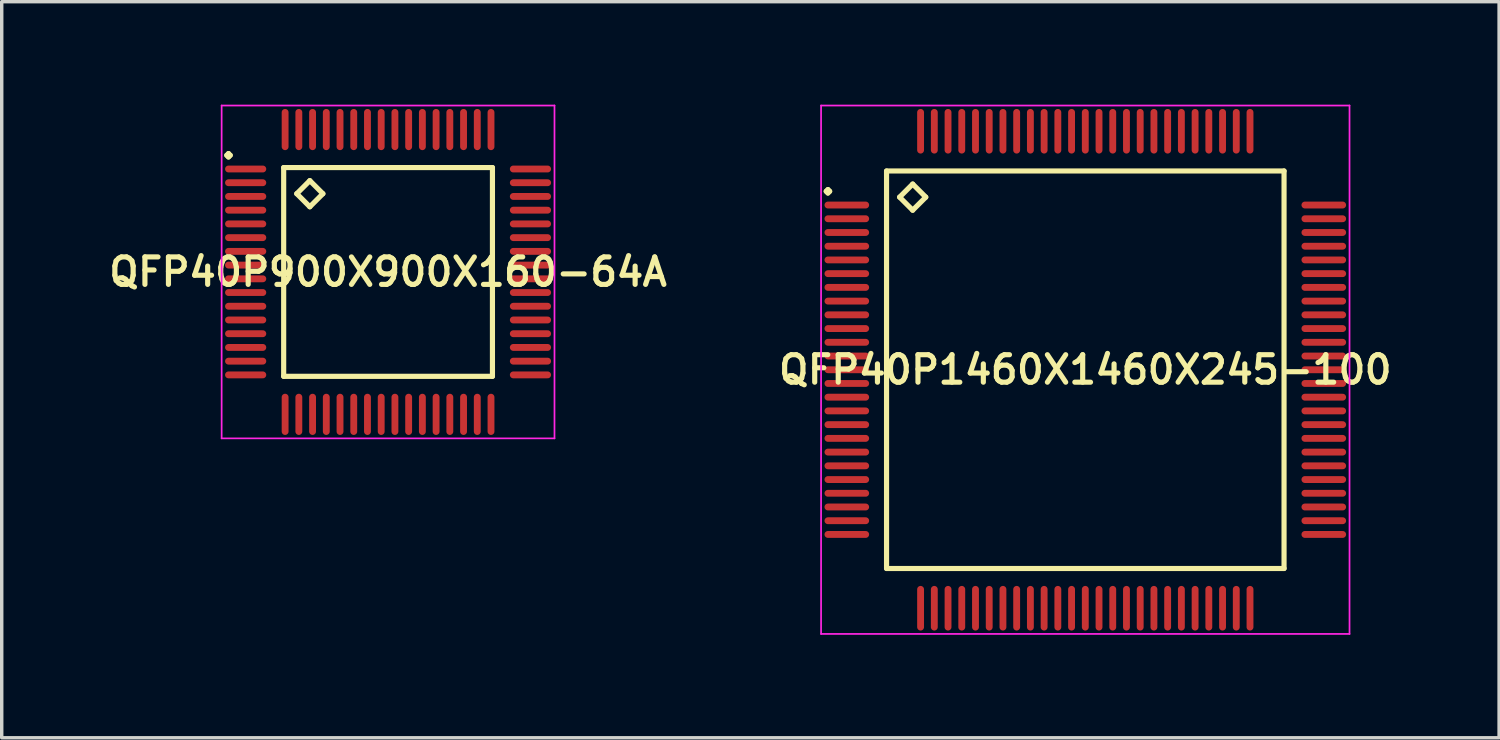
<source format=kicad_pcb>
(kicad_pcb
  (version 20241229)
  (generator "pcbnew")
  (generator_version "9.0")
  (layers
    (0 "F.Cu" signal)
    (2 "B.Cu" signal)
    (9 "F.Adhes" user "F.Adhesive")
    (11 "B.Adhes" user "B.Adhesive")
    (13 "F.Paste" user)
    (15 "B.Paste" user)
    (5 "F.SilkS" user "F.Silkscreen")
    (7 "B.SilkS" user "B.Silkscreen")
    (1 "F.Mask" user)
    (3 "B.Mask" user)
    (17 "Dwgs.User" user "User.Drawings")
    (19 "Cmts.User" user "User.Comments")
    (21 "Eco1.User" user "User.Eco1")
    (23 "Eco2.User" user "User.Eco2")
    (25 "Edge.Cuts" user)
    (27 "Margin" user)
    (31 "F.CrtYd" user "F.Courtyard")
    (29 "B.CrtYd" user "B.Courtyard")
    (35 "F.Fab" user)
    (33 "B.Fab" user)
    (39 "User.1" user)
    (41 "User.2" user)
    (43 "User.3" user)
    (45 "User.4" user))
  (footprint "QFP40P900X900X160-64A"
    (layer "F.Cu")
    (at 8.259 4.875)
    (property "Reference" "QFP40P900X900X160-64A" (at 0 0 0) (layer "F.SilkS") (effects (font (size 0.8 0.8) (thickness 0.15))))
    (attr smd)
    (fp_line (start -4.7 -3.4) (end -4.65 -3.45) (stroke (width 0.15) (type solid)) (layer "F.SilkS"))
    (fp_line (start -4.65 -3.45) (end -4.6 -3.4) (stroke (width 0.15) (type solid)) (layer "F.SilkS"))
    (fp_line (start -4.65 -3.35) (end -4.7 -3.4) (stroke (width 0.15) (type solid)) (layer "F.SilkS"))
    (fp_line (start -4.6 -3.4) (end -4.65 -3.35) (stroke (width 0.15) (type solid)) (layer "F.SilkS"))
    (fp_line (start -3.042 -3.042) (end -3.042 3.042) (stroke (width 0.15) (type solid)) (layer "F.SilkS"))
    (fp_line (start -3.042 3.042) (end 3.042 3.042) (stroke (width 0.15) (type solid)) (layer "F.SilkS"))
    (fp_line (start -2.661 -2.28) (end -2.28 -2.661) (stroke (width 0.15) (type solid)) (layer "F.SilkS"))
    (fp_line (start -2.28 -2.661) (end -1.899 -2.28) (stroke (width 0.15) (type solid)) (layer "F.SilkS"))
    (fp_line (start -2.28 -1.899) (end -2.661 -2.28) (stroke (width 0.15) (type solid)) (layer "F.SilkS"))
    (fp_line (start -1.899 -2.28) (end -2.28 -1.899) (stroke (width 0.15) (type solid)) (layer "F.SilkS"))
    (fp_line (start 3.042 -3.042) (end -3.042 -3.042) (stroke (width 0.15) (type solid)) (layer "F.SilkS"))
    (fp_line (start 3.042 3.042) (end 3.042 -3.042) (stroke (width 0.15) (type solid)) (layer "F.SilkS"))
    (fp_line (start -4.85 -4.85) (end 4.85 -4.85) (stroke (width 0.05) (type solid)) (layer "F.CrtYd"))
    (fp_line (start -4.85 4.85) (end -4.85 -4.85) (stroke (width 0.05) (type solid)) (layer "F.CrtYd"))
    (fp_line (start 4.85 -4.85) (end 4.85 4.85) (stroke (width 0.05) (type solid)) (layer "F.CrtYd"))
    (fp_line (start 4.85 4.85) (end -4.85 4.85) (stroke (width 0.05) (type solid)) (layer "F.CrtYd"))
    (pad "1" smd oval (at -4.15 -3) (size 1.2 0.2) (layers "F.Cu" "F.Mask" "F.Paste"))
    (pad "2" smd oval (at -4.15 -2.6) (size 1.2 0.2) (layers "F.Cu" "F.Mask" "F.Paste"))
    (pad "3" smd oval (at -4.15 -2.2) (size 1.2 0.2) (layers "F.Cu" "F.Mask" "F.Paste"))
    (pad "4" smd oval (at -4.15 -1.8) (size 1.2 0.2) (layers "F.Cu" "F.Mask" "F.Paste"))
    (pad "5" smd oval (at -4.15 -1.4) (size 1.2 0.2) (layers "F.Cu" "F.Mask" "F.Paste"))
    (pad "6" smd oval (at -4.15 -1) (size 1.2 0.2) (layers "F.Cu" "F.Mask" "F.Paste"))
    (pad "7" smd oval (at -4.15 -0.6) (size 1.2 0.2) (layers "F.Cu" "F.Mask" "F.Paste"))
    (pad "8" smd oval (at -4.15 -0.2) (size 1.2 0.2) (layers "F.Cu" "F.Mask" "F.Paste"))
    (pad "9" smd oval (at -4.15 0.2) (size 1.2 0.2) (layers "F.Cu" "F.Mask" "F.Paste"))
    (pad "10" smd oval (at -4.15 0.6) (size 1.2 0.2) (layers "F.Cu" "F.Mask" "F.Paste"))
    (pad "11" smd oval (at -4.15 1) (size 1.2 0.2) (layers "F.Cu" "F.Mask" "F.Paste"))
    (pad "12" smd oval (at -4.15 1.4) (size 1.2 0.2) (layers "F.Cu" "F.Mask" "F.Paste"))
    (pad "13" smd oval (at -4.15 1.8) (size 1.2 0.2) (layers "F.Cu" "F.Mask" "F.Paste"))
    (pad "14" smd oval (at -4.15 2.2) (size 1.2 0.2) (layers "F.Cu" "F.Mask" "F.Paste"))
    (pad "15" smd oval (at -4.15 2.6) (size 1.2 0.2) (layers "F.Cu" "F.Mask" "F.Paste"))
    (pad "16" smd oval (at -4.15 3) (size 1.2 0.2) (layers "F.Cu" "F.Mask" "F.Paste"))
    (pad "17" smd oval (at -3 4.15) (size 0.2 1.2) (layers "F.Cu" "F.Mask" "F.Paste"))
    (pad "18" smd oval (at -2.6 4.15) (size 0.2 1.2) (layers "F.Cu" "F.Mask" "F.Paste"))
    (pad "19" smd oval (at -2.2 4.15) (size 0.2 1.2) (layers "F.Cu" "F.Mask" "F.Paste"))
    (pad "20" smd oval (at -1.8 4.15) (size 0.2 1.2) (layers "F.Cu" "F.Mask" "F.Paste"))
    (pad "21" smd oval (at -1.4 4.15) (size 0.2 1.2) (layers "F.Cu" "F.Mask" "F.Paste"))
    (pad "22" smd oval (at -1 4.15) (size 0.2 1.2) (layers "F.Cu" "F.Mask" "F.Paste"))
    (pad "23" smd oval (at -0.6 4.15) (size 0.2 1.2) (layers "F.Cu" "F.Mask" "F.Paste"))
    (pad "24" smd oval (at -0.2 4.15) (size 0.2 1.2) (layers "F.Cu" "F.Mask" "F.Paste"))
    (pad "25" smd oval (at 0.2 4.15) (size 0.2 1.2) (layers "F.Cu" "F.Mask" "F.Paste"))
    (pad "26" smd oval (at 0.6 4.15) (size 0.2 1.2) (layers "F.Cu" "F.Mask" "F.Paste"))
    (pad "27" smd oval (at 1 4.15) (size 0.2 1.2) (layers "F.Cu" "F.Mask" "F.Paste"))
    (pad "28" smd oval (at 1.4 4.15) (size 0.2 1.2) (layers "F.Cu" "F.Mask" "F.Paste"))
    (pad "29" smd oval (at 1.8 4.15) (size 0.2 1.2) (layers "F.Cu" "F.Mask" "F.Paste"))
    (pad "30" smd oval (at 2.2 4.15) (size 0.2 1.2) (layers "F.Cu" "F.Mask" "F.Paste"))
    (pad "31" smd oval (at 2.6 4.15) (size 0.2 1.2) (layers "F.Cu" "F.Mask" "F.Paste"))
    (pad "32" smd oval (at 3 4.15) (size 0.2 1.2) (layers "F.Cu" "F.Mask" "F.Paste"))
    (pad "33" smd oval (at 4.15 3) (size 1.2 0.2) (layers "F.Cu" "F.Mask" "F.Paste"))
    (pad "34" smd oval (at 4.15 2.6) (size 1.2 0.2) (layers "F.Cu" "F.Mask" "F.Paste"))
    (pad "35" smd oval (at 4.15 2.2) (size 1.2 0.2) (layers "F.Cu" "F.Mask" "F.Paste"))
    (pad "36" smd oval (at 4.15 1.8) (size 1.2 0.2) (layers "F.Cu" "F.Mask" "F.Paste"))
    (pad "37" smd oval (at 4.15 1.4) (size 1.2 0.2) (layers "F.Cu" "F.Mask" "F.Paste"))
    (pad "38" smd oval (at 4.15 1) (size 1.2 0.2) (layers "F.Cu" "F.Mask" "F.Paste"))
    (pad "39" smd oval (at 4.15 0.6) (size 1.2 0.2) (layers "F.Cu" "F.Mask" "F.Paste"))
    (pad "40" smd oval (at 4.15 0.2) (size 1.2 0.2) (layers "F.Cu" "F.Mask" "F.Paste"))
    (pad "41" smd oval (at 4.15 -0.2) (size 1.2 0.2) (layers "F.Cu" "F.Mask" "F.Paste"))
    (pad "42" smd oval (at 4.15 -0.6) (size 1.2 0.2) (layers "F.Cu" "F.Mask" "F.Paste"))
    (pad "43" smd oval (at 4.15 -1) (size 1.2 0.2) (layers "F.Cu" "F.Mask" "F.Paste"))
    (pad "44" smd oval (at 4.15 -1.4) (size 1.2 0.2) (layers "F.Cu" "F.Mask" "F.Paste"))
    (pad "45" smd oval (at 4.15 -1.8) (size 1.2 0.2) (layers "F.Cu" "F.Mask" "F.Paste"))
    (pad "46" smd oval (at 4.15 -2.2) (size 1.2 0.2) (layers "F.Cu" "F.Mask" "F.Paste"))
    (pad "47" smd oval (at 4.15 -2.6) (size 1.2 0.2) (layers "F.Cu" "F.Mask" "F.Paste"))
    (pad "48" smd oval (at 4.15 -3) (size 1.2 0.2) (layers "F.Cu" "F.Mask" "F.Paste"))
    (pad "49" smd oval (at 3 -4.15) (size 0.2 1.2) (layers "F.Cu" "F.Mask" "F.Paste"))
    (pad "50" smd oval (at 2.6 -4.15) (size 0.2 1.2) (layers "F.Cu" "F.Mask" "F.Paste"))
    (pad "51" smd oval (at 2.2 -4.15) (size 0.2 1.2) (layers "F.Cu" "F.Mask" "F.Paste"))
    (pad "52" smd oval (at 1.8 -4.15) (size 0.2 1.2) (layers "F.Cu" "F.Mask" "F.Paste"))
    (pad "53" smd oval (at 1.4 -4.15) (size 0.2 1.2) (layers "F.Cu" "F.Mask" "F.Paste"))
    (pad "54" smd oval (at 1 -4.15) (size 0.2 1.2) (layers "F.Cu" "F.Mask" "F.Paste"))
    (pad "55" smd oval (at 0.6 -4.15) (size 0.2 1.2) (layers "F.Cu" "F.Mask" "F.Paste"))
    (pad "56" smd oval (at 0.2 -4.15) (size 0.2 1.2) (layers "F.Cu" "F.Mask" "F.Paste"))
    (pad "57" smd oval (at -0.2 -4.15) (size 0.2 1.2) (layers "F.Cu" "F.Mask" "F.Paste"))
    (pad "58" smd oval (at -0.6 -4.15) (size 0.2 1.2) (layers "F.Cu" "F.Mask" "F.Paste"))
    (pad "59" smd oval (at -1 -4.15) (size 0.2 1.2) (layers "F.Cu" "F.Mask" "F.Paste"))
    (pad "60" smd oval (at -1.4 -4.15) (size 0.2 1.2) (layers "F.Cu" "F.Mask" "F.Paste"))
    (pad "61" smd oval (at -1.8 -4.15) (size 0.2 1.2) (layers "F.Cu" "F.Mask" "F.Paste"))
    (pad "62" smd oval (at -2.2 -4.15) (size 0.2 1.2) (layers "F.Cu" "F.Mask" "F.Paste"))
    (pad "63" smd oval (at -2.6 -4.15) (size 0.2 1.2) (layers "F.Cu" "F.Mask" "F.Paste"))
    (pad "64" smd oval (at -3 -4.15) (size 0.2 1.2) (layers "F.Cu" "F.Mask" "F.Paste")))
  (footprint "QFP40P1460X1460X245-100"
    (layer "F.Cu")
    (at 28.578 7.725)
    (property "Reference" "QFP40P1460X1460X245-100" (at 0 0 0) (layer "F.SilkS") (effects (font (size 0.8 0.8) (thickness 0.15))))
    (attr smd)
    (fp_line (start -7.55 -5.2) (end -7.5 -5.25) (stroke (width 0.15) (type solid)) (layer "F.SilkS"))
    (fp_line (start -7.5 -5.25) (end -7.45 -5.2) (stroke (width 0.15) (type solid)) (layer "F.SilkS"))
    (fp_line (start -7.5 -5.15) (end -7.55 -5.2) (stroke (width 0.15) (type solid)) (layer "F.SilkS"))
    (fp_line (start -7.45 -5.2) (end -7.5 -5.15) (stroke (width 0.15) (type solid)) (layer "F.SilkS"))
    (fp_line (start -5.792 -5.792) (end -5.792 5.792) (stroke (width 0.15) (type solid)) (layer "F.SilkS"))
    (fp_line (start -5.792 5.792) (end 5.792 5.792) (stroke (width 0.15) (type solid)) (layer "F.SilkS"))
    (fp_line (start -5.411 -5.03) (end -5.03 -5.411) (stroke (width 0.15) (type solid)) (layer "F.SilkS"))
    (fp_line (start -5.03 -5.411) (end -4.649 -5.03) (stroke (width 0.15) (type solid)) (layer "F.SilkS"))
    (fp_line (start -5.03 -4.649) (end -5.411 -5.03) (stroke (width 0.15) (type solid)) (layer "F.SilkS"))
    (fp_line (start -4.649 -5.03) (end -5.03 -4.649) (stroke (width 0.15) (type solid)) (layer "F.SilkS"))
    (fp_line (start 5.792 -5.792) (end -5.792 -5.792) (stroke (width 0.15) (type solid)) (layer "F.SilkS"))
    (fp_line (start 5.792 5.792) (end 5.792 -5.792) (stroke (width 0.15) (type solid)) (layer "F.SilkS"))
    (fp_line (start -7.7 -7.7) (end 7.7 -7.7) (stroke (width 0.05) (type solid)) (layer "F.CrtYd"))
    (fp_line (start -7.7 7.7) (end -7.7 -7.7) (stroke (width 0.05) (type solid)) (layer "F.CrtYd"))
    (fp_line (start 7.7 -7.7) (end 7.7 7.7) (stroke (width 0.05) (type solid)) (layer "F.CrtYd"))
    (fp_line (start 7.7 7.7) (end -7.7 7.7) (stroke (width 0.05) (type solid)) (layer "F.CrtYd"))
    (pad "1" smd oval (at -6.95 -4.8) (size 1.3 0.2) (layers "F.Cu" "F.Mask" "F.Paste"))
    (pad "2" smd oval (at -6.95 -4.4) (size 1.3 0.2) (layers "F.Cu" "F.Mask" "F.Paste"))
    (pad "3" smd oval (at -6.95 -4) (size 1.3 0.2) (layers "F.Cu" "F.Mask" "F.Paste"))
    (pad "4" smd oval (at -6.95 -3.6) (size 1.3 0.2) (layers "F.Cu" "F.Mask" "F.Paste"))
    (pad "5" smd oval (at -6.95 -3.2) (size 1.3 0.2) (layers "F.Cu" "F.Mask" "F.Paste"))
    (pad "6" smd oval (at -6.95 -2.8) (size 1.3 0.2) (layers "F.Cu" "F.Mask" "F.Paste"))
    (pad "7" smd oval (at -6.95 -2.4) (size 1.3 0.2) (layers "F.Cu" "F.Mask" "F.Paste"))
    (pad "8" smd oval (at -6.95 -2) (size 1.3 0.2) (layers "F.Cu" "F.Mask" "F.Paste"))
    (pad "9" smd oval (at -6.95 -1.6) (size 1.3 0.2) (layers "F.Cu" "F.Mask" "F.Paste"))
    (pad "10" smd oval (at -6.95 -1.2) (size 1.3 0.2) (layers "F.Cu" "F.Mask" "F.Paste"))
    (pad "11" smd oval (at -6.95 -0.8) (size 1.3 0.2) (layers "F.Cu" "F.Mask" "F.Paste"))
    (pad "12" smd oval (at -6.95 -0.4) (size 1.3 0.2) (layers "F.Cu" "F.Mask" "F.Paste"))
    (pad "13" smd oval (at -6.95 0) (size 1.3 0.2) (layers "F.Cu" "F.Mask" "F.Paste"))
    (pad "14" smd oval (at -6.95 0.4) (size 1.3 0.2) (layers "F.Cu" "F.Mask" "F.Paste"))
    (pad "15" smd oval (at -6.95 0.8) (size 1.3 0.2) (layers "F.Cu" "F.Mask" "F.Paste"))
    (pad "16" smd oval (at -6.95 1.2) (size 1.3 0.2) (layers "F.Cu" "F.Mask" "F.Paste"))
    (pad "17" smd oval (at -6.95 1.6) (size 1.3 0.2) (layers "F.Cu" "F.Mask" "F.Paste"))
    (pad "18" smd oval (at -6.95 2) (size 1.3 0.2) (layers "F.Cu" "F.Mask" "F.Paste"))
    (pad "19" smd oval (at -6.95 2.4) (size 1.3 0.2) (layers "F.Cu" "F.Mask" "F.Paste"))
    (pad "20" smd oval (at -6.95 2.8) (size 1.3 0.2) (layers "F.Cu" "F.Mask" "F.Paste"))
    (pad "21" smd oval (at -6.95 3.2) (size 1.3 0.2) (layers "F.Cu" "F.Mask" "F.Paste"))
    (pad "22" smd oval (at -6.95 3.6) (size 1.3 0.2) (layers "F.Cu" "F.Mask" "F.Paste"))
    (pad "23" smd oval (at -6.95 4) (size 1.3 0.2) (layers "F.Cu" "F.Mask" "F.Paste"))
    (pad "24" smd oval (at -6.95 4.4) (size 1.3 0.2) (layers "F.Cu" "F.Mask" "F.Paste"))
    (pad "25" smd oval (at -6.95 4.8) (size 1.3 0.2) (layers "F.Cu" "F.Mask" "F.Paste"))
    (pad "26" smd oval (at -4.8 6.95) (size 0.2 1.3) (layers "F.Cu" "F.Mask" "F.Paste"))
    (pad "27" smd oval (at -4.4 6.95) (size 0.2 1.3) (layers "F.Cu" "F.Mask" "F.Paste"))
    (pad "28" smd oval (at -4 6.95) (size 0.2 1.3) (layers "F.Cu" "F.Mask" "F.Paste"))
    (pad "29" smd oval (at -3.6 6.95) (size 0.2 1.3) (layers "F.Cu" "F.Mask" "F.Paste"))
    (pad "30" smd oval (at -3.2 6.95) (size 0.2 1.3) (layers "F.Cu" "F.Mask" "F.Paste"))
    (pad "31" smd oval (at -2.8 6.95) (size 0.2 1.3) (layers "F.Cu" "F.Mask" "F.Paste"))
    (pad "32" smd oval (at -2.4 6.95) (size 0.2 1.3) (layers "F.Cu" "F.Mask" "F.Paste"))
    (pad "33" smd oval (at -2 6.95) (size 0.2 1.3) (layers "F.Cu" "F.Mask" "F.Paste"))
    (pad "34" smd oval (at -1.6 6.95) (size 0.2 1.3) (layers "F.Cu" "F.Mask" "F.Paste"))
    (pad "35" smd oval (at -1.2 6.95) (size 0.2 1.3) (layers "F.Cu" "F.Mask" "F.Paste"))
    (pad "36" smd oval (at -0.8 6.95) (size 0.2 1.3) (layers "F.Cu" "F.Mask" "F.Paste"))
    (pad "37" smd oval (at -0.4 6.95) (size 0.2 1.3) (layers "F.Cu" "F.Mask" "F.Paste"))
    (pad "38" smd oval (at 0 6.95) (size 0.2 1.3) (layers "F.Cu" "F.Mask" "F.Paste"))
    (pad "39" smd oval (at 0.4 6.95) (size 0.2 1.3) (layers "F.Cu" "F.Mask" "F.Paste"))
    (pad "40" smd oval (at 0.8 6.95) (size 0.2 1.3) (layers "F.Cu" "F.Mask" "F.Paste"))
    (pad "41" smd oval (at 1.2 6.95) (size 0.2 1.3) (layers "F.Cu" "F.Mask" "F.Paste"))
    (pad "42" smd oval (at 1.6 6.95) (size 0.2 1.3) (layers "F.Cu" "F.Mask" "F.Paste"))
    (pad "43" smd oval (at 2 6.95) (size 0.2 1.3) (layers "F.Cu" "F.Mask" "F.Paste"))
    (pad "44" smd oval (at 2.4 6.95) (size 0.2 1.3) (layers "F.Cu" "F.Mask" "F.Paste"))
    (pad "45" smd oval (at 2.8 6.95) (size 0.2 1.3) (layers "F.Cu" "F.Mask" "F.Paste"))
    (pad "46" smd oval (at 3.2 6.95) (size 0.2 1.3) (layers "F.Cu" "F.Mask" "F.Paste"))
    (pad "47" smd oval (at 3.6 6.95) (size 0.2 1.3) (layers "F.Cu" "F.Mask" "F.Paste"))
    (pad "48" smd oval (at 4 6.95) (size 0.2 1.3) (layers "F.Cu" "F.Mask" "F.Paste"))
    (pad "49" smd oval (at 4.4 6.95) (size 0.2 1.3) (layers "F.Cu" "F.Mask" "F.Paste"))
    (pad "50" smd oval (at 4.8 6.95) (size 0.2 1.3) (layers "F.Cu" "F.Mask" "F.Paste"))
    (pad "51" smd oval (at 6.95 4.8) (size 1.3 0.2) (layers "F.Cu" "F.Mask" "F.Paste"))
    (pad "52" smd oval (at 6.95 4.4) (size 1.3 0.2) (layers "F.Cu" "F.Mask" "F.Paste"))
    (pad "53" smd oval (at 6.95 4) (size 1.3 0.2) (layers "F.Cu" "F.Mask" "F.Paste"))
    (pad "54" smd oval (at 6.95 3.6) (size 1.3 0.2) (layers "F.Cu" "F.Mask" "F.Paste"))
    (pad "55" smd oval (at 6.95 3.2) (size 1.3 0.2) (layers "F.Cu" "F.Mask" "F.Paste"))
    (pad "56" smd oval (at 6.95 2.8) (size 1.3 0.2) (layers "F.Cu" "F.Mask" "F.Paste"))
    (pad "57" smd oval (at 6.95 2.4) (size 1.3 0.2) (layers "F.Cu" "F.Mask" "F.Paste"))
    (pad "58" smd oval (at 6.95 2) (size 1.3 0.2) (layers "F.Cu" "F.Mask" "F.Paste"))
    (pad "59" smd oval (at 6.95 1.6) (size 1.3 0.2) (layers "F.Cu" "F.Mask" "F.Paste"))
    (pad "60" smd oval (at 6.95 1.2) (size 1.3 0.2) (layers "F.Cu" "F.Mask" "F.Paste"))
    (pad "61" smd oval (at 6.95 0.8) (size 1.3 0.2) (layers "F.Cu" "F.Mask" "F.Paste"))
    (pad "62" smd oval (at 6.95 0.4) (size 1.3 0.2) (layers "F.Cu" "F.Mask" "F.Paste"))
    (pad "63" smd oval (at 6.95 0) (size 1.3 0.2) (layers "F.Cu" "F.Mask" "F.Paste"))
    (pad "64" smd oval (at 6.95 -0.4) (size 1.3 0.2) (layers "F.Cu" "F.Mask" "F.Paste"))
    (pad "65" smd oval (at 6.95 -0.8) (size 1.3 0.2) (layers "F.Cu" "F.Mask" "F.Paste"))
    (pad "66" smd oval (at 6.95 -1.2) (size 1.3 0.2) (layers "F.Cu" "F.Mask" "F.Paste"))
    (pad "67" smd oval (at 6.95 -1.6) (size 1.3 0.2) (layers "F.Cu" "F.Mask" "F.Paste"))
    (pad "68" smd oval (at 6.95 -2) (size 1.3 0.2) (layers "F.Cu" "F.Mask" "F.Paste"))
    (pad "69" smd oval (at 6.95 -2.4) (size 1.3 0.2) (layers "F.Cu" "F.Mask" "F.Paste"))
    (pad "70" smd oval (at 6.95 -2.8) (size 1.3 0.2) (layers "F.Cu" "F.Mask" "F.Paste"))
    (pad "71" smd oval (at 6.95 -3.2) (size 1.3 0.2) (layers "F.Cu" "F.Mask" "F.Paste"))
    (pad "72" smd oval (at 6.95 -3.6) (size 1.3 0.2) (layers "F.Cu" "F.Mask" "F.Paste"))
    (pad "73" smd oval (at 6.95 -4) (size 1.3 0.2) (layers "F.Cu" "F.Mask" "F.Paste"))
    (pad "74" smd oval (at 6.95 -4.4) (size 1.3 0.2) (layers "F.Cu" "F.Mask" "F.Paste"))
    (pad "75" smd oval (at 6.95 -4.8) (size 1.3 0.2) (layers "F.Cu" "F.Mask" "F.Paste"))
    (pad "76" smd oval (at 4.8 -6.95) (size 0.2 1.3) (layers "F.Cu" "F.Mask" "F.Paste"))
    (pad "77" smd oval (at 4.4 -6.95) (size 0.2 1.3) (layers "F.Cu" "F.Mask" "F.Paste"))
    (pad "78" smd oval (at 4 -6.95) (size 0.2 1.3) (layers "F.Cu" "F.Mask" "F.Paste"))
    (pad "79" smd oval (at 3.6 -6.95) (size 0.2 1.3) (layers "F.Cu" "F.Mask" "F.Paste"))
    (pad "80" smd oval (at 3.2 -6.95) (size 0.2 1.3) (layers "F.Cu" "F.Mask" "F.Paste"))
    (pad "81" smd oval (at 2.8 -6.95) (size 0.2 1.3) (layers "F.Cu" "F.Mask" "F.Paste"))
    (pad "82" smd oval (at 2.4 -6.95) (size 0.2 1.3) (layers "F.Cu" "F.Mask" "F.Paste"))
    (pad "83" smd oval (at 2 -6.95) (size 0.2 1.3) (layers "F.Cu" "F.Mask" "F.Paste"))
    (pad "84" smd oval (at 1.6 -6.95) (size 0.2 1.3) (layers "F.Cu" "F.Mask" "F.Paste"))
    (pad "85" smd oval (at 1.2 -6.95) (size 0.2 1.3) (layers "F.Cu" "F.Mask" "F.Paste"))
    (pad "86" smd oval (at 0.8 -6.95) (size 0.2 1.3) (layers "F.Cu" "F.Mask" "F.Paste"))
    (pad "87" smd oval (at 0.4 -6.95) (size 0.2 1.3) (layers "F.Cu" "F.Mask" "F.Paste"))
    (pad "88" smd oval (at 0 -6.95) (size 0.2 1.3) (layers "F.Cu" "F.Mask" "F.Paste"))
    (pad "89" smd oval (at -0.4 -6.95) (size 0.2 1.3) (layers "F.Cu" "F.Mask" "F.Paste"))
    (pad "90" smd oval (at -0.8 -6.95) (size 0.2 1.3) (layers "F.Cu" "F.Mask" "F.Paste"))
    (pad "91" smd oval (at -1.2 -6.95) (size 0.2 1.3) (layers "F.Cu" "F.Mask" "F.Paste"))
    (pad "92" smd oval (at -1.6 -6.95) (size 0.2 1.3) (layers "F.Cu" "F.Mask" "F.Paste"))
    (pad "93" smd oval (at -2 -6.95) (size 0.2 1.3) (layers "F.Cu" "F.Mask" "F.Paste"))
    (pad "94" smd oval (at -2.4 -6.95) (size 0.2 1.3) (layers "F.Cu" "F.Mask" "F.Paste"))
    (pad "95" smd oval (at -2.8 -6.95) (size 0.2 1.3) (layers "F.Cu" "F.Mask" "F.Paste"))
    (pad "96" smd oval (at -3.2 -6.95) (size 0.2 1.3) (layers "F.Cu" "F.Mask" "F.Paste"))
    (pad "97" smd oval (at -3.6 -6.95) (size 0.2 1.3) (layers "F.Cu" "F.Mask" "F.Paste"))
    (pad "98" smd oval (at -4 -6.95) (size 0.2 1.3) (layers "F.Cu" "F.Mask" "F.Paste"))
    (pad "99" smd oval (at -4.4 -6.95) (size 0.2 1.3) (layers "F.Cu" "F.Mask" "F.Paste"))
    (pad "100" smd oval (at -4.8 -6.95) (size 0.2 1.3) (layers "F.Cu" "F.Mask" "F.Paste")))
  (gr_rect
    (start -3 -3)
    (end 40.637 18.45)
    (stroke (width 0.1) (type default))
    (fill no)
    (layer "Edge.Cuts")))
</source>
